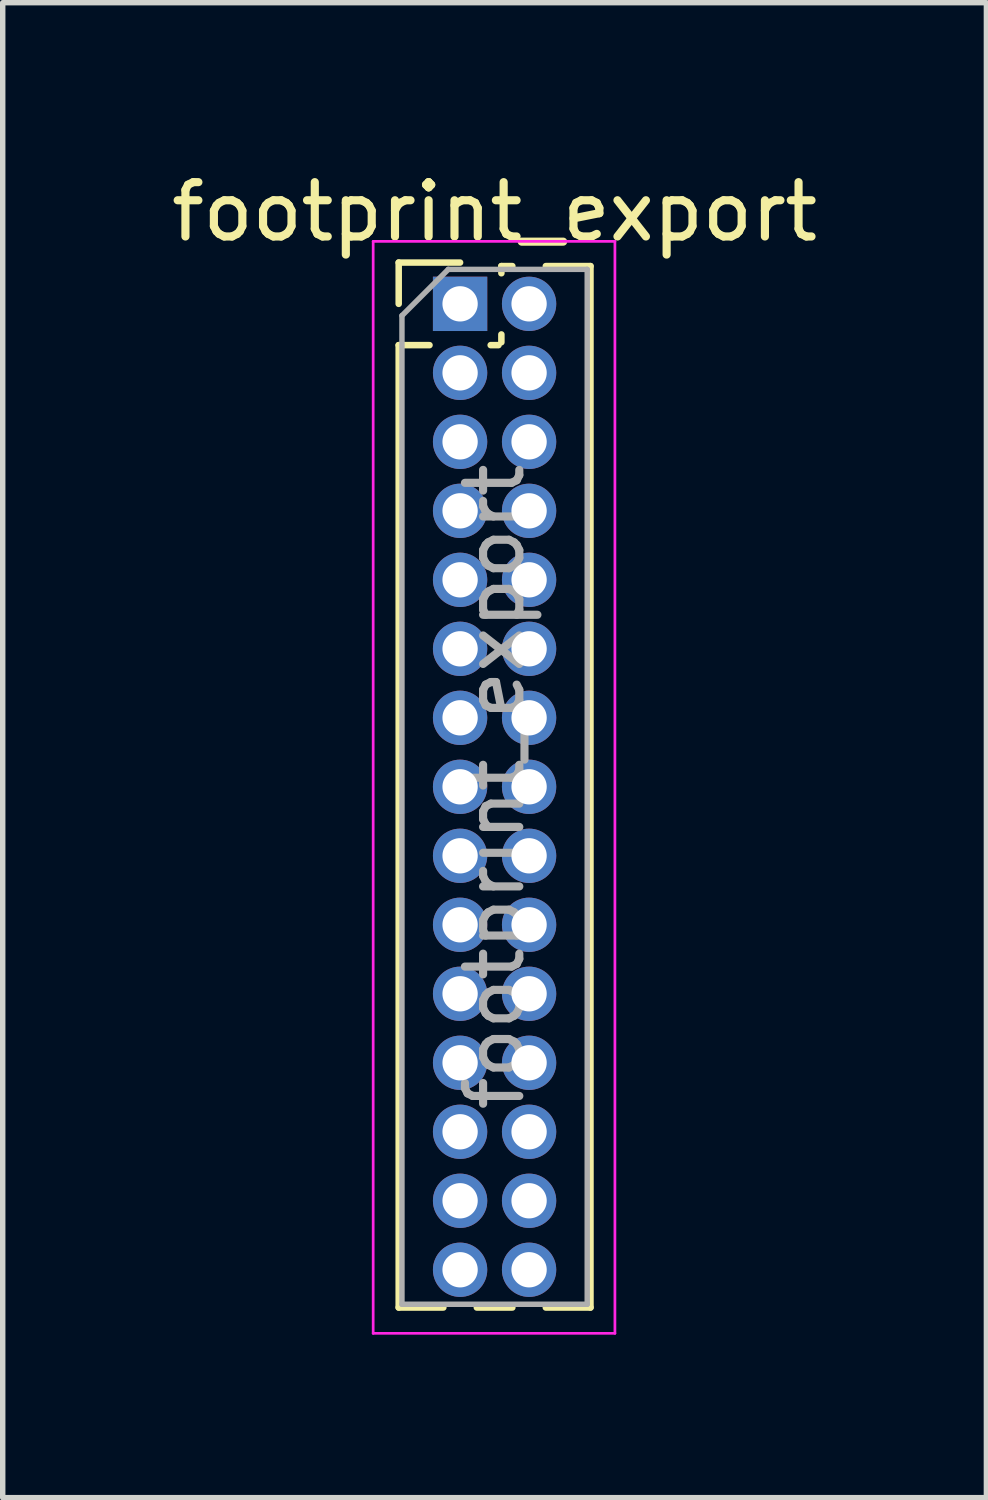
<source format=kicad_pcb>
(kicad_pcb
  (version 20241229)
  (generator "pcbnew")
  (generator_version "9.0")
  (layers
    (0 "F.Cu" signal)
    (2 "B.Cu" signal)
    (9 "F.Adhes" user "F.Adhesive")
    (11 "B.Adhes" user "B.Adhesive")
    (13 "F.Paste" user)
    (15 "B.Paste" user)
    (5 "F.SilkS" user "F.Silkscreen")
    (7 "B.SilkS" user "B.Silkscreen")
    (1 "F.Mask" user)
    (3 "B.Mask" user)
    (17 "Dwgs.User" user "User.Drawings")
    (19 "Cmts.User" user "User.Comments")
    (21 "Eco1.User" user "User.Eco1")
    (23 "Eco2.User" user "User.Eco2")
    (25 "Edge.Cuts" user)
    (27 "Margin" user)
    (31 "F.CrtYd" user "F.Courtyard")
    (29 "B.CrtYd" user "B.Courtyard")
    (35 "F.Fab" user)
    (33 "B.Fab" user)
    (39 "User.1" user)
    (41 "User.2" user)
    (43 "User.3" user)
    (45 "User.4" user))
  (footprint "footprint_export"
    (layer "F.Cu")
    (at 5.419 2.543)
    (property "Reference" "footprint_export" (at 0.635 -1.695 0) (layer "F.SilkS") (effects (font (size 1 1) (thickness 0.15))))
    (attr through_hole)
    (fp_line (start -1.13 -0.76) (end 0 -0.76) (stroke (width 0.12) (type solid)) (layer "F.SilkS"))
    (fp_line (start -1.13 0) (end -1.13 -0.76) (stroke (width 0.12) (type solid)) (layer "F.SilkS"))
    (fp_line (start -1.13 0.76) (end -1.13 18.475) (stroke (width 0.12) (type solid)) (layer "F.SilkS"))
    (fp_line (start -1.13 0.76) (end -0.563 0.76) (stroke (width 0.12) (type solid)) (layer "F.SilkS"))
    (fp_line (start -1.13 18.475) (end -0.308 18.475) (stroke (width 0.12) (type solid)) (layer "F.SilkS"))
    (fp_line (start 0.308 18.475) (end 0.962 18.475) (stroke (width 0.12) (type solid)) (layer "F.SilkS"))
    (fp_line (start 0.563 0.76) (end 0.707 0.76) (stroke (width 0.12) (type solid)) (layer "F.SilkS"))
    (fp_line (start 0.76 -0.695) (end 0.962 -0.695) (stroke (width 0.12) (type solid)) (layer "F.SilkS"))
    (fp_line (start 0.76 -0.563) (end 0.76 -0.695) (stroke (width 0.12) (type solid)) (layer "F.SilkS"))
    (fp_line (start 0.76 0.707) (end 0.76 0.563) (stroke (width 0.12) (type solid)) (layer "F.SilkS"))
    (fp_line (start 1.578 -0.695) (end 2.4 -0.695) (stroke (width 0.12) (type solid)) (layer "F.SilkS"))
    (fp_line (start 1.578 18.475) (end 2.4 18.475) (stroke (width 0.12) (type solid)) (layer "F.SilkS"))
    (fp_line (start 2.4 -0.695) (end 2.4 18.475) (stroke (width 0.12) (type solid)) (layer "F.SilkS"))
    (fp_line (start -1.6 -1.15) (end -1.6 18.95) (stroke (width 0.05) (type solid)) (layer "F.CrtYd"))
    (fp_line (start -1.6 18.95) (end 2.85 18.95) (stroke (width 0.05) (type solid)) (layer "F.CrtYd"))
    (fp_line (start 2.85 -1.15) (end -1.6 -1.15) (stroke (width 0.05) (type solid)) (layer "F.CrtYd"))
    (fp_line (start 2.85 18.95) (end 2.85 -1.15) (stroke (width 0.05) (type solid)) (layer "F.CrtYd"))
    (fp_line (start -1.07 0.217) (end -0.217 -0.635) (stroke (width 0.1) (type solid)) (layer "F.Fab"))
    (fp_line (start -1.07 18.415) (end -1.07 0.217) (stroke (width 0.1) (type solid)) (layer "F.Fab"))
    (fp_line (start -0.217 -0.635) (end 2.34 -0.635) (stroke (width 0.1) (type solid)) (layer "F.Fab"))
    (fp_line (start 2.34 -0.635) (end 2.34 18.415) (stroke (width 0.1) (type solid)) (layer "F.Fab"))
    (fp_line (start 2.34 18.415) (end -1.07 18.415) (stroke (width 0.1) (type solid)) (layer "F.Fab"))
    (fp_text user "${REFERENCE}" (at 0.635 8.89 90) (layer "F.Fab") (effects (font (size 1 1) (thickness 0.15))))
    (pad "1" thru_hole rect (at 0 0) (size 1 1) (drill 0.65) (layers "*.Cu" "*.Mask"))
    (pad "2" thru_hole oval (at 1.27 0) (size 1 1) (drill 0.65) (layers "*.Cu" "*.Mask"))
    (pad "3" thru_hole oval (at 0 1.27) (size 1 1) (drill 0.65) (layers "*.Cu" "*.Mask"))
    (pad "4" thru_hole oval (at 1.27 1.27) (size 1 1) (drill 0.65) (layers "*.Cu" "*.Mask"))
    (pad "5" thru_hole oval (at 0 2.54) (size 1 1) (drill 0.65) (layers "*.Cu" "*.Mask"))
    (pad "6" thru_hole oval (at 1.27 2.54) (size 1 1) (drill 0.65) (layers "*.Cu" "*.Mask"))
    (pad "7" thru_hole oval (at 0 3.81) (size 1 1) (drill 0.65) (layers "*.Cu" "*.Mask"))
    (pad "8" thru_hole oval (at 1.27 3.81) (size 1 1) (drill 0.65) (layers "*.Cu" "*.Mask"))
    (pad "9" thru_hole oval (at 0 5.08) (size 1 1) (drill 0.65) (layers "*.Cu" "*.Mask"))
    (pad "10" thru_hole oval (at 1.27 5.08) (size 1 1) (drill 0.65) (layers "*.Cu" "*.Mask"))
    (pad "11" thru_hole oval (at 0 6.35) (size 1 1) (drill 0.65) (layers "*.Cu" "*.Mask"))
    (pad "12" thru_hole oval (at 1.27 6.35) (size 1 1) (drill 0.65) (layers "*.Cu" "*.Mask"))
    (pad "13" thru_hole oval (at 0 7.62) (size 1 1) (drill 0.65) (layers "*.Cu" "*.Mask"))
    (pad "14" thru_hole oval (at 1.27 7.62) (size 1 1) (drill 0.65) (layers "*.Cu" "*.Mask"))
    (pad "15" thru_hole oval (at 0 8.89) (size 1 1) (drill 0.65) (layers "*.Cu" "*.Mask"))
    (pad "16" thru_hole oval (at 1.27 8.89) (size 1 1) (drill 0.65) (layers "*.Cu" "*.Mask"))
    (pad "17" thru_hole oval (at 0 10.16) (size 1 1) (drill 0.65) (layers "*.Cu" "*.Mask"))
    (pad "18" thru_hole oval (at 1.27 10.16) (size 1 1) (drill 0.65) (layers "*.Cu" "*.Mask"))
    (pad "19" thru_hole oval (at 0 11.43) (size 1 1) (drill 0.65) (layers "*.Cu" "*.Mask"))
    (pad "20" thru_hole oval (at 1.27 11.43) (size 1 1) (drill 0.65) (layers "*.Cu" "*.Mask"))
    (pad "21" thru_hole oval (at 0 12.7) (size 1 1) (drill 0.65) (layers "*.Cu" "*.Mask"))
    (pad "22" thru_hole oval (at 1.27 12.7) (size 1 1) (drill 0.65) (layers "*.Cu" "*.Mask"))
    (pad "23" thru_hole oval (at 0 13.97) (size 1 1) (drill 0.65) (layers "*.Cu" "*.Mask"))
    (pad "24" thru_hole oval (at 1.27 13.97) (size 1 1) (drill 0.65) (layers "*.Cu" "*.Mask"))
    (pad "25" thru_hole oval (at 0 15.24) (size 1 1) (drill 0.65) (layers "*.Cu" "*.Mask"))
    (pad "26" thru_hole oval (at 1.27 15.24) (size 1 1) (drill 0.65) (layers "*.Cu" "*.Mask"))
    (pad "27" thru_hole oval (at 0 16.51) (size 1 1) (drill 0.65) (layers "*.Cu" "*.Mask"))
    (pad "28" thru_hole oval (at 1.27 16.51) (size 1 1) (drill 0.65) (layers "*.Cu" "*.Mask"))
    (pad "29" thru_hole oval (at 0 17.78) (size 1 1) (drill 0.65) (layers "*.Cu" "*.Mask"))
    (pad "30" thru_hole oval (at 1.27 17.78) (size 1 1) (drill 0.65) (layers "*.Cu" "*.Mask")))
  (gr_rect
    (start -3 -3)
    (end 15.107 24.518)
    (stroke (width 0.1) (type default))
    (fill no)
    (layer "Edge.Cuts")))
</source>
